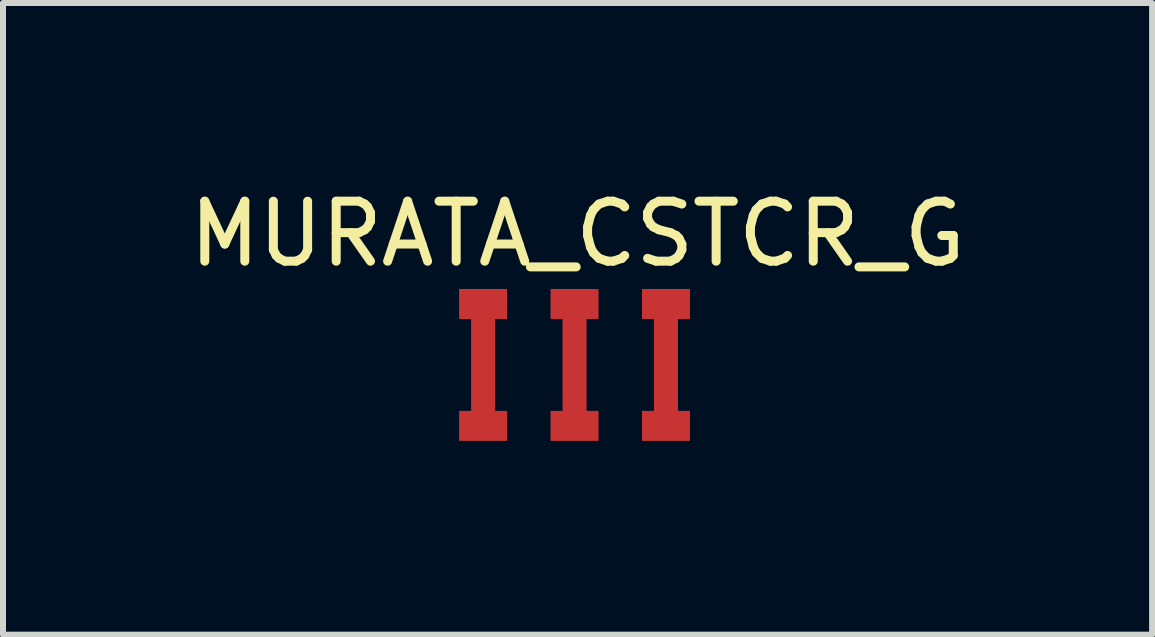
<source format=kicad_pcb>
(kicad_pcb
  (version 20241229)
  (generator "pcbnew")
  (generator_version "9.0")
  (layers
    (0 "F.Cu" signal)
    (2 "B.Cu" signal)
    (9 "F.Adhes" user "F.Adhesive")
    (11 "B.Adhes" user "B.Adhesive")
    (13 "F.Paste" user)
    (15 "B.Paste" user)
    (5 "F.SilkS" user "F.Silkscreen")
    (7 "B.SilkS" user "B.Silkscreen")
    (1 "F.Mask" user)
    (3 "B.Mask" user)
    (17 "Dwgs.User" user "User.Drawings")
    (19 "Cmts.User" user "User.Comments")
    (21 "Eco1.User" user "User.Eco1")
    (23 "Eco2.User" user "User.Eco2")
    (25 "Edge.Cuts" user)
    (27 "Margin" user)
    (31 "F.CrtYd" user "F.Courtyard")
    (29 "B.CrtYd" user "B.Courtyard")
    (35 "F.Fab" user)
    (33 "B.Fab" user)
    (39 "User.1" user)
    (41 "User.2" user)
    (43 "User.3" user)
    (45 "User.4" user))
  (footprint "MURATA_CSTCR_G"
    (layer "F.Cu")
    (at 6.527 3.033)
    (property "Reference" "MURATA_CSTCR_G" (at 0.051 -2.184 0) (layer "F.SilkS") (effects (font (size 1 1) (thickness 0.15))))
    (attr through_hole)
    (fp_line (start -2.083 -1.422) (end -2.083 1.422) (stroke (width 0.15) (type solid)) (layer "B.Adhes"))
    (fp_line (start -2.083 1.422) (end 2.083 1.422) (stroke (width 0.15) (type solid)) (layer "B.Adhes"))
    (fp_line (start 2.083 -1.422) (end -2.083 -1.422) (stroke (width 0.15) (type solid)) (layer "B.Adhes"))
    (fp_line (start 2.083 1.422) (end 2.083 -1.422) (stroke (width 0.15) (type solid)) (layer "B.Adhes"))
    (pad "" smd rect (at -1.524 -1.016) (size 0.8 0.5) (layers "F.Cu" "F.Mask" "F.Paste"))
    (pad "" smd rect (at -1.524 1.016) (size 0.8 0.5) (layers "F.Cu" "F.Mask" "F.Paste"))
    (pad "" smd rect (at 0 -1.016) (size 0.8 0.5) (layers "F.Cu" "F.Mask" "F.Paste"))
    (pad "" smd rect (at 0 1.016) (size 0.8 0.5) (layers "F.Cu" "F.Mask" "F.Paste"))
    (pad "" smd rect (at 1.524 -1.016) (size 0.8 0.5) (layers "F.Cu" "F.Mask" "F.Paste"))
    (pad "" smd rect (at 1.524 1.016) (size 0.8 0.5) (layers "F.Cu" "F.Mask" "F.Paste"))
    (pad "1" smd rect (at 1.524 0) (size 0.4 1.6) (layers "F.Cu" "F.Mask" "F.Paste"))
    (pad "2" smd rect (at 0 0) (size 0.4 1.6) (layers "F.Cu" "F.Mask" "F.Paste"))
    (pad "3" smd rect (at -1.524 0) (size 0.4 1.6) (layers "F.Cu" "F.Mask" "F.Paste")))
  (gr_rect
    (start -3 -3)
    (end 16.155 7.53)
    (stroke (width 0.1) (type default))
    (fill no)
    (layer "Edge.Cuts")))
</source>
